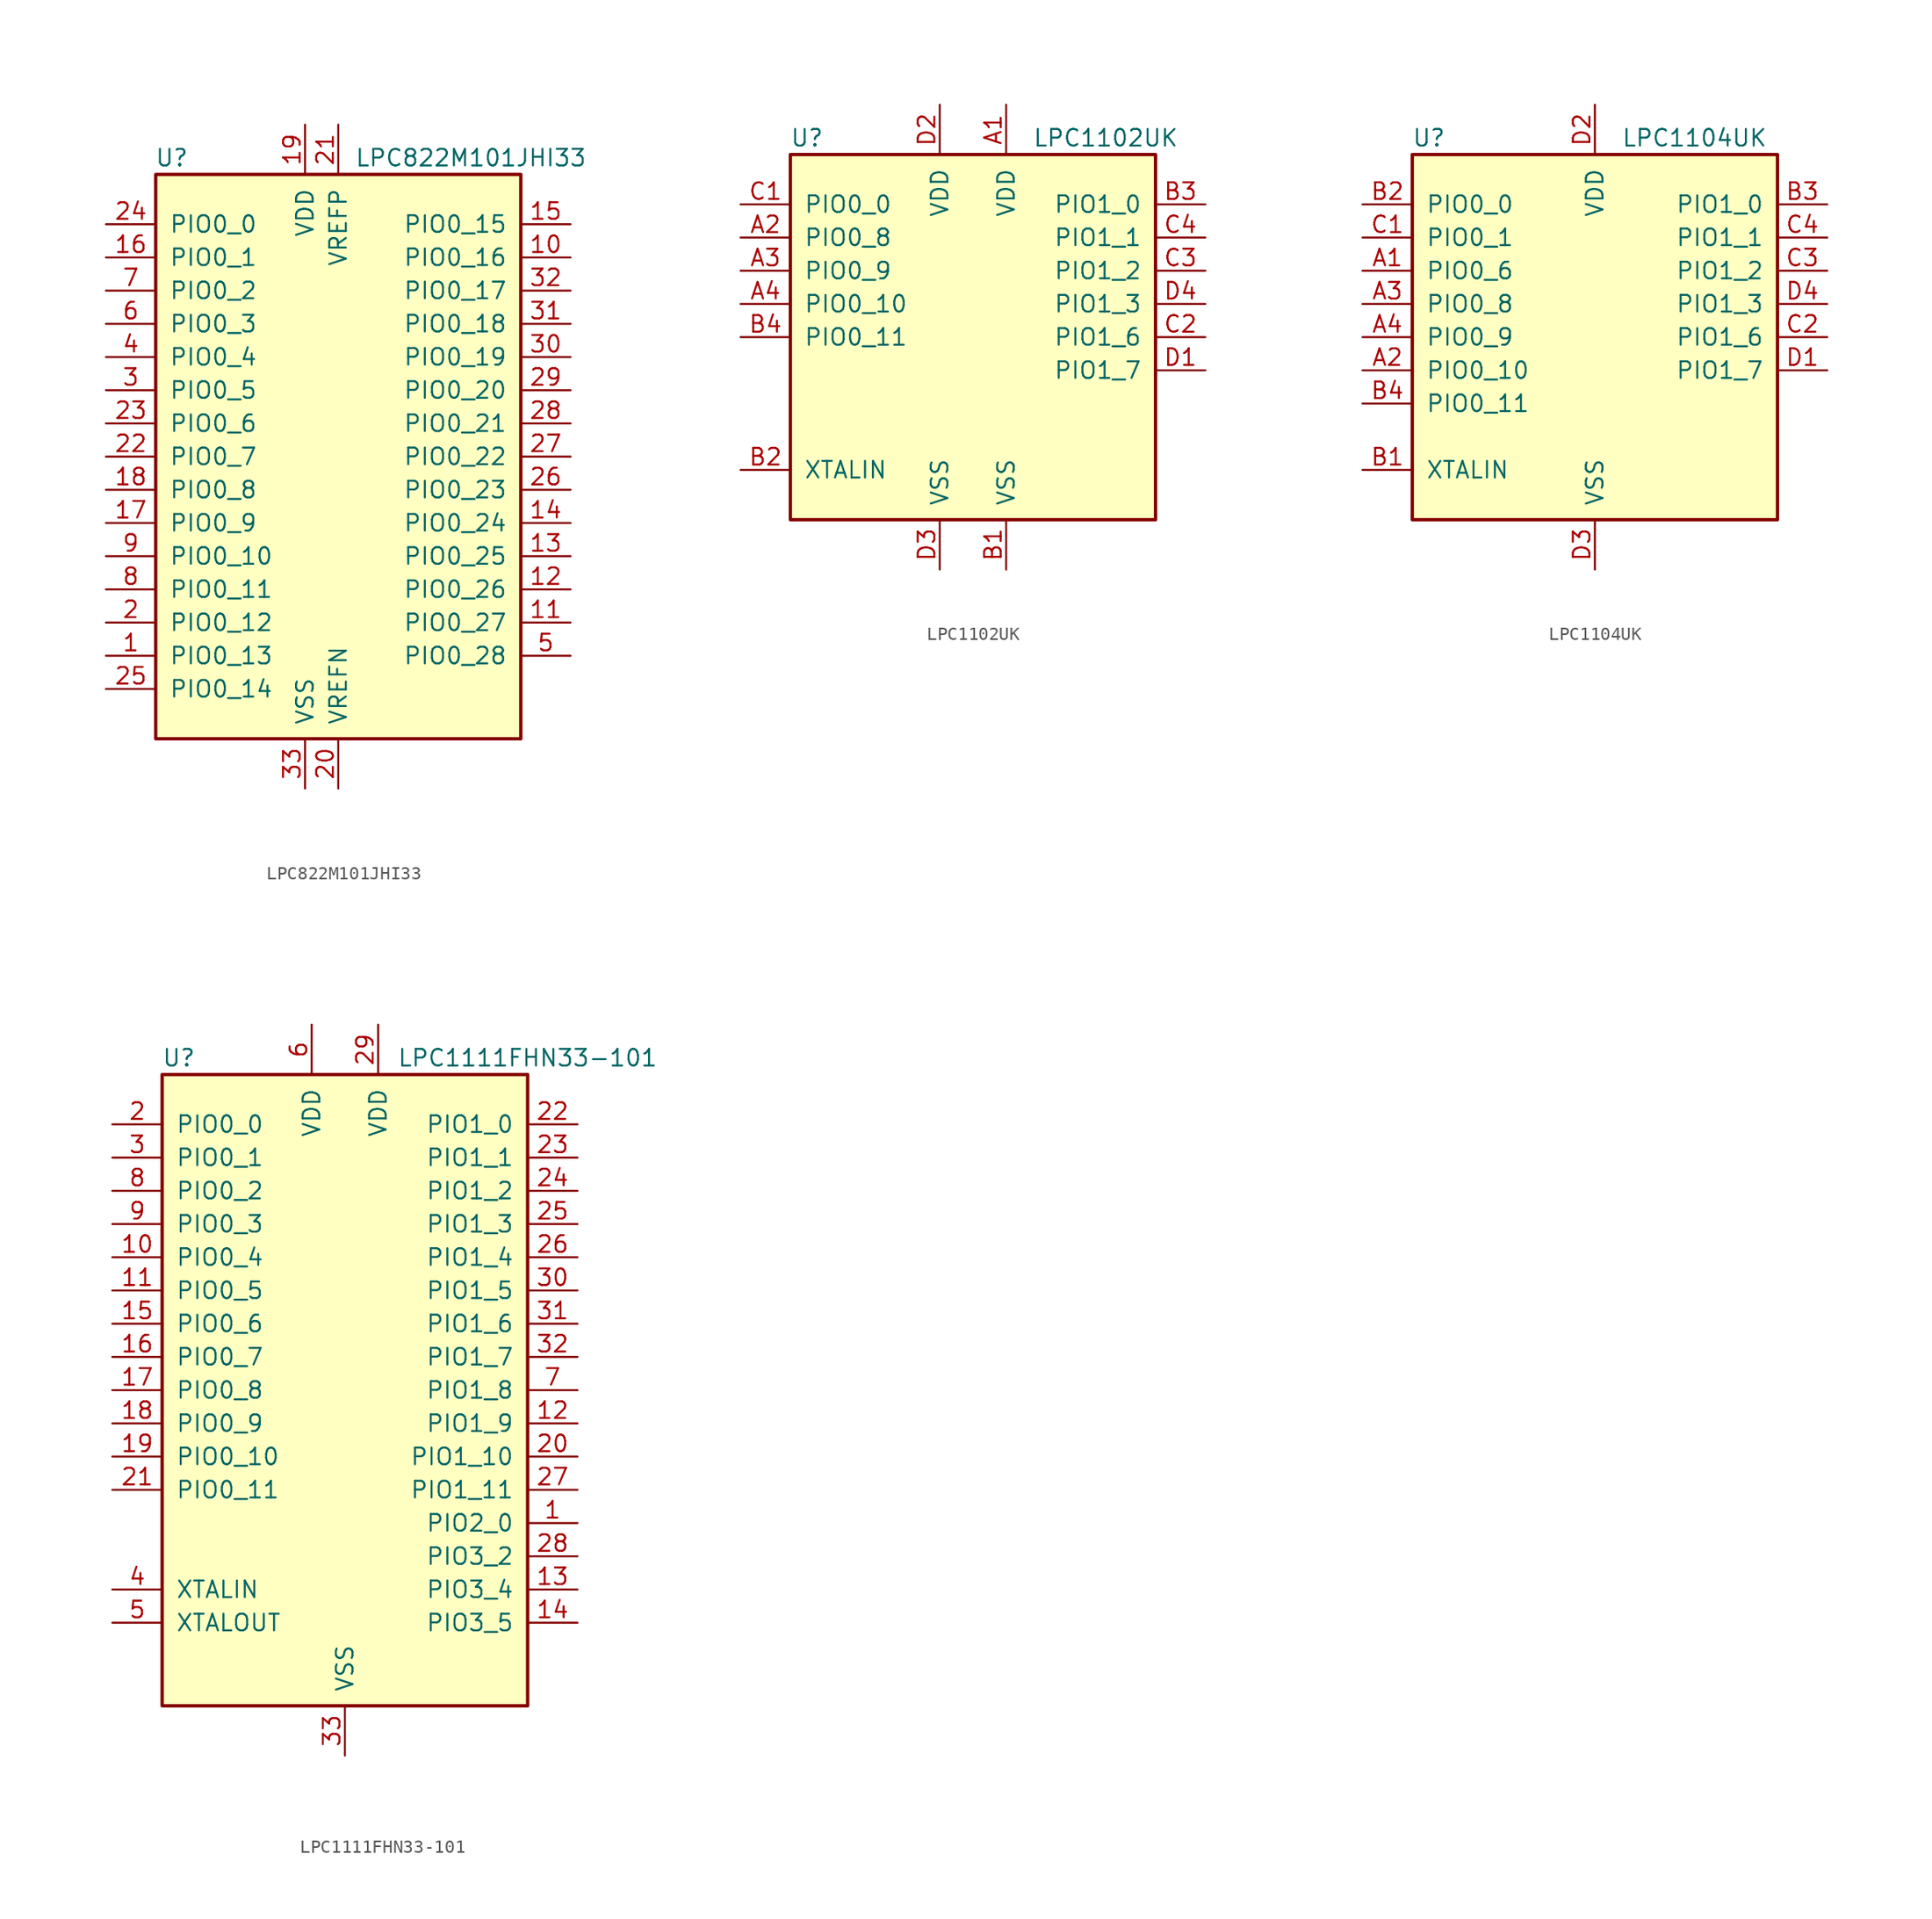
<source format=kicad_sym>
(kicad_symbol_lib
  (version 20241209)
  (generator "kicad_symbol_editor")
  (generator_version "9.0")
  (symbol "LPC822M101JHI33"
    (pin_names
      (offset 1.016))
    (property "Reference" "U"
      (at -11.43 22.86 0)
      (effects (font (size 1.27 1.27)) (justify right)))
    (property "Value" "LPC822M101JHI33"
      (at 19.05 22.86 0)
      (effects (font (size 1.27 1.27)) (justify right)))
    (symbol "LPC822M101JHI33_0_1"
      (rectangle (start -13.97 21.59) (end 13.97 -21.59) (stroke (width 0.254) (type default)) (fill (type background))))
    (symbol "LPC822M101JHI33_1_1"
      (pin bidirectional line (at -17.78 17.78 0) (length 3.81) (name "PIO0_0" (effects (font (size 1.27 1.27)))) (number "24" (effects (font (size 1.27 1.27)))))
      (pin bidirectional line (at -17.78 15.24 0) (length 3.81) (name "PIO0_1" (effects (font (size 1.27 1.27)))) (number "16" (effects (font (size 1.27 1.27)))))
      (pin bidirectional line (at -17.78 12.7 0) (length 3.81) (name "PIO0_2" (effects (font (size 1.27 1.27)))) (number "7" (effects (font (size 1.27 1.27)))))
      (pin bidirectional line (at -17.78 10.16 0) (length 3.81) (name "PIO0_3" (effects (font (size 1.27 1.27)))) (number "6" (effects (font (size 1.27 1.27)))))
      (pin bidirectional line (at -17.78 7.62 0) (length 3.81) (name "PIO0_4" (effects (font (size 1.27 1.27)))) (number "4" (effects (font (size 1.27 1.27)))))
      (pin bidirectional line (at -17.78 5.08 0) (length 3.81) (name "PIO0_5" (effects (font (size 1.27 1.27)))) (number "3" (effects (font (size 1.27 1.27)))))
      (pin bidirectional line (at -17.78 2.54 0) (length 3.81) (name "PIO0_6" (effects (font (size 1.27 1.27)))) (number "23" (effects (font (size 1.27 1.27)))))
      (pin bidirectional line (at -17.78 0 0) (length 3.81) (name "PIO0_7" (effects (font (size 1.27 1.27)))) (number "22" (effects (font (size 1.27 1.27)))))
      (pin bidirectional line (at -17.78 -2.54 0) (length 3.81) (name "PIO0_8" (effects (font (size 1.27 1.27)))) (number "18" (effects (font (size 1.27 1.27)))))
      (pin bidirectional line (at -17.78 -5.08 0) (length 3.81) (name "PIO0_9" (effects (font (size 1.27 1.27)))) (number "17" (effects (font (size 1.27 1.27)))))
      (pin bidirectional line (at -17.78 -7.62 0) (length 3.81) (name "PIO0_10" (effects (font (size 1.27 1.27)))) (number "9" (effects (font (size 1.27 1.27)))))
      (pin bidirectional line (at -17.78 -10.16 0) (length 3.81) (name "PIO0_11" (effects (font (size 1.27 1.27)))) (number "8" (effects (font (size 1.27 1.27)))))
      (pin bidirectional line (at -17.78 -12.7 0) (length 3.81) (name "PIO0_12" (effects (font (size 1.27 1.27)))) (number "2" (effects (font (size 1.27 1.27)))))
      (pin bidirectional line (at -17.78 -15.24 0) (length 3.81) (name "PIO0_13" (effects (font (size 1.27 1.27)))) (number "1" (effects (font (size 1.27 1.27)))))
      (pin bidirectional line (at -17.78 -17.78 0) (length 3.81) (name "PIO0_14" (effects (font (size 1.27 1.27)))) (number "25" (effects (font (size 1.27 1.27)))))
      (pin power_in line (at -2.54 25.4 270) (length 3.81) (name "VDD" (effects (font (size 1.27 1.27)))) (number "19" (effects (font (size 1.27 1.27)))))
      (pin power_in line (at -2.54 -25.4 90) (length 3.81) (name "VSS" (effects (font (size 1.27 1.27)))) (number "33" (effects (font (size 1.27 1.27)))))
      (pin power_in line (at 0 25.4 270) (length 3.81) (name "VREFP" (effects (font (size 1.27 1.27)))) (number "21" (effects (font (size 1.27 1.27)))))
      (pin power_in line (at 0 -25.4 90) (length 3.81) (name "VREFN" (effects (font (size 1.27 1.27)))) (number "20" (effects (font (size 1.27 1.27)))))
      (pin bidirectional line (at 17.78 17.78 180) (length 3.81) (name "PIO0_15" (effects (font (size 1.27 1.27)))) (number "15" (effects (font (size 1.27 1.27)))))
      (pin bidirectional line (at 17.78 15.24 180) (length 3.81) (name "PIO0_16" (effects (font (size 1.27 1.27)))) (number "10" (effects (font (size 1.27 1.27)))))
      (pin bidirectional line (at 17.78 12.7 180) (length 3.81) (name "PIO0_17" (effects (font (size 1.27 1.27)))) (number "32" (effects (font (size 1.27 1.27)))))
      (pin bidirectional line (at 17.78 10.16 180) (length 3.81) (name "PIO0_18" (effects (font (size 1.27 1.27)))) (number "31" (effects (font (size 1.27 1.27)))))
      (pin bidirectional line (at 17.78 7.62 180) (length 3.81) (name "PIO0_19" (effects (font (size 1.27 1.27)))) (number "30" (effects (font (size 1.27 1.27)))))
      (pin bidirectional line (at 17.78 5.08 180) (length 3.81) (name "PIO0_20" (effects (font (size 1.27 1.27)))) (number "29" (effects (font (size 1.27 1.27)))))
      (pin bidirectional line (at 17.78 2.54 180) (length 3.81) (name "PIO0_21" (effects (font (size 1.27 1.27)))) (number "28" (effects (font (size 1.27 1.27)))))
      (pin bidirectional line (at 17.78 0 180) (length 3.81) (name "PIO0_22" (effects (font (size 1.27 1.27)))) (number "27" (effects (font (size 1.27 1.27)))))
      (pin bidirectional line (at 17.78 -2.54 180) (length 3.81) (name "PIO0_23" (effects (font (size 1.27 1.27)))) (number "26" (effects (font (size 1.27 1.27)))))
      (pin bidirectional line (at 17.78 -5.08 180) (length 3.81) (name "PIO0_24" (effects (font (size 1.27 1.27)))) (number "14" (effects (font (size 1.27 1.27)))))
      (pin bidirectional line (at 17.78 -7.62 180) (length 3.81) (name "PIO0_25" (effects (font (size 1.27 1.27)))) (number "13" (effects (font (size 1.27 1.27)))))
      (pin bidirectional line (at 17.78 -10.16 180) (length 3.81) (name "PIO0_26" (effects (font (size 1.27 1.27)))) (number "12" (effects (font (size 1.27 1.27)))))
      (pin bidirectional line (at 17.78 -12.7 180) (length 3.81) (name "PIO0_27" (effects (font (size 1.27 1.27)))) (number "11" (effects (font (size 1.27 1.27)))))
      (pin bidirectional line (at 17.78 -15.24 180) (length 3.81) (name "PIO0_28" (effects (font (size 1.27 1.27)))) (number "5" (effects (font (size 1.27 1.27)))))))
  (symbol "LPC1102UK"
    (pin_names
      (offset 1.016))
    (property "Reference" "U"
      (at -12.7 15.24 0)
      (effects (font (size 1.27 1.27))))
    (property "Value" "LPC1102UK"
      (at 10.16 15.24 0)
      (effects (font (size 1.27 1.27))))
    (symbol "LPC1102UK_0_1"
      (rectangle (start -13.97 13.97) (end 13.97 -13.97) (stroke (width 0.254) (type default)) (fill (type background))))
    (symbol "LPC1102UK_1_1"
      (pin bidirectional line (at -17.78 10.16 0) (length 3.81) (name "PIO0_0" (effects (font (size 1.27 1.27)))) (number "C1" (effects (font (size 1.27 1.27)))))
      (pin bidirectional line (at -17.78 7.62 0) (length 3.81) (name "PIO0_8" (effects (font (size 1.27 1.27)))) (number "A2" (effects (font (size 1.27 1.27)))))
      (pin bidirectional line (at -17.78 5.08 0) (length 3.81) (name "PIO0_9" (effects (font (size 1.27 1.27)))) (number "A3" (effects (font (size 1.27 1.27)))))
      (pin bidirectional line (at -17.78 2.54 0) (length 3.81) (name "PIO0_10" (effects (font (size 1.27 1.27)))) (number "A4" (effects (font (size 1.27 1.27)))))
      (pin bidirectional line (at -17.78 0 0) (length 3.81) (name "PIO0_11" (effects (font (size 1.27 1.27)))) (number "B4" (effects (font (size 1.27 1.27)))))
      (pin input line (at -17.78 -10.16 0) (length 3.81) (name "XTALIN" (effects (font (size 1.27 1.27)))) (number "B2" (effects (font (size 1.27 1.27)))))
      (pin power_in line (at -2.54 17.78 270) (length 3.81) (name "VDD" (effects (font (size 1.27 1.27)))) (number "D2" (effects (font (size 1.27 1.27)))))
      (pin power_in line (at -2.54 -17.78 90) (length 3.81) (name "VSS" (effects (font (size 1.27 1.27)))) (number "D3" (effects (font (size 1.27 1.27)))))
      (pin power_in line (at 2.54 17.78 270) (length 3.81) (name "VDD" (effects (font (size 1.27 1.27)))) (number "A1" (effects (font (size 1.27 1.27)))))
      (pin power_in line (at 2.54 -17.78 90) (length 3.81) (name "VSS" (effects (font (size 1.27 1.27)))) (number "B1" (effects (font (size 1.27 1.27)))))
      (pin bidirectional line (at 17.78 10.16 180) (length 3.81) (name "PIO1_0" (effects (font (size 1.27 1.27)))) (number "B3" (effects (font (size 1.27 1.27)))))
      (pin bidirectional line (at 17.78 7.62 180) (length 3.81) (name "PIO1_1" (effects (font (size 1.27 1.27)))) (number "C4" (effects (font (size 1.27 1.27)))))
      (pin bidirectional line (at 17.78 5.08 180) (length 3.81) (name "PIO1_2" (effects (font (size 1.27 1.27)))) (number "C3" (effects (font (size 1.27 1.27)))))
      (pin bidirectional line (at 17.78 2.54 180) (length 3.81) (name "PIO1_3" (effects (font (size 1.27 1.27)))) (number "D4" (effects (font (size 1.27 1.27)))))
      (pin bidirectional line (at 17.78 0 180) (length 3.81) (name "PIO1_6" (effects (font (size 1.27 1.27)))) (number "C2" (effects (font (size 1.27 1.27)))))
      (pin bidirectional line (at 17.78 -2.54 180) (length 3.81) (name "PIO1_7" (effects (font (size 1.27 1.27)))) (number "D1" (effects (font (size 1.27 1.27)))))))
  (symbol "LPC1104UK"
    (pin_names
      (offset 1.016))
    (property "Reference" "U"
      (at -12.7 15.24 0)
      (effects (font (size 1.27 1.27))))
    (property "Value" "LPC1104UK"
      (at 7.62 15.24 0)
      (effects (font (size 1.27 1.27))))
    (symbol "LPC1104UK_0_1"
      (rectangle (start -13.97 13.97) (end 13.97 -13.97) (stroke (width 0.254) (type default)) (fill (type background))))
    (symbol "LPC1104UK_1_1"
      (pin bidirectional line (at -17.78 10.16 0) (length 3.81) (name "PIO0_0" (effects (font (size 1.27 1.27)))) (number "B2" (effects (font (size 1.27 1.27)))))
      (pin bidirectional line (at -17.78 7.62 0) (length 3.81) (name "PIO0_1" (effects (font (size 1.27 1.27)))) (number "C1" (effects (font (size 1.27 1.27)))))
      (pin bidirectional line (at -17.78 5.08 0) (length 3.81) (name "PIO0_6" (effects (font (size 1.27 1.27)))) (number "A1" (effects (font (size 1.27 1.27)))))
      (pin bidirectional line (at -17.78 2.54 0) (length 3.81) (name "PIO0_8" (effects (font (size 1.27 1.27)))) (number "A3" (effects (font (size 1.27 1.27)))))
      (pin bidirectional line (at -17.78 0 0) (length 3.81) (name "PIO0_9" (effects (font (size 1.27 1.27)))) (number "A4" (effects (font (size 1.27 1.27)))))
      (pin bidirectional line (at -17.78 -2.54 0) (length 3.81) (name "PIO0_10" (effects (font (size 1.27 1.27)))) (number "A2" (effects (font (size 1.27 1.27)))))
      (pin bidirectional line (at -17.78 -5.08 0) (length 3.81) (name "PIO0_11" (effects (font (size 1.27 1.27)))) (number "B4" (effects (font (size 1.27 1.27)))))
      (pin input line (at -17.78 -10.16 0) (length 3.81) (name "XTALIN" (effects (font (size 1.27 1.27)))) (number "B1" (effects (font (size 1.27 1.27)))))
      (pin power_in line (at 0 17.78 270) (length 3.81) (name "VDD" (effects (font (size 1.27 1.27)))) (number "D2" (effects (font (size 1.27 1.27)))))
      (pin power_in line (at 0 -17.78 90) (length 3.81) (name "VSS" (effects (font (size 1.27 1.27)))) (number "D3" (effects (font (size 1.27 1.27)))))
      (pin bidirectional line (at 17.78 10.16 180) (length 3.81) (name "PIO1_0" (effects (font (size 1.27 1.27)))) (number "B3" (effects (font (size 1.27 1.27)))))
      (pin bidirectional line (at 17.78 7.62 180) (length 3.81) (name "PIO1_1" (effects (font (size 1.27 1.27)))) (number "C4" (effects (font (size 1.27 1.27)))))
      (pin bidirectional line (at 17.78 5.08 180) (length 3.81) (name "PIO1_2" (effects (font (size 1.27 1.27)))) (number "C3" (effects (font (size 1.27 1.27)))))
      (pin bidirectional line (at 17.78 2.54 180) (length 3.81) (name "PIO1_3" (effects (font (size 1.27 1.27)))) (number "D4" (effects (font (size 1.27 1.27)))))
      (pin bidirectional line (at 17.78 0 180) (length 3.81) (name "PIO1_6" (effects (font (size 1.27 1.27)))) (number "C2" (effects (font (size 1.27 1.27)))))
      (pin bidirectional line (at 17.78 -2.54 180) (length 3.81) (name "PIO1_7" (effects (font (size 1.27 1.27)))) (number "D1" (effects (font (size 1.27 1.27)))))))
  (symbol "LPC1111FHN33-101"
    (pin_names
      (offset 1.016))
    (property "Reference" "U"
      (at -12.7 25.4 0)
      (effects (font (size 1.27 1.27))))
    (property "Value" "LPC1111FHN33-101"
      (at 13.97 25.4 0)
      (effects (font (size 1.27 1.27))))
    (symbol "LPC1111FHN33-101_0_1"
      (rectangle (start -13.97 24.13) (end 13.97 -24.13) (stroke (width 0.254) (type default)) (fill (type background))))
    (symbol "LPC1111FHN33-101_1_1"
      (pin bidirectional line (at -17.78 20.32 0) (length 3.81) (name "PIO0_0" (effects (font (size 1.27 1.27)))) (number "2" (effects (font (size 1.27 1.27)))))
      (pin bidirectional line (at -17.78 17.78 0) (length 3.81) (name "PIO0_1" (effects (font (size 1.27 1.27)))) (number "3" (effects (font (size 1.27 1.27)))))
      (pin bidirectional line (at -17.78 15.24 0) (length 3.81) (name "PIO0_2" (effects (font (size 1.27 1.27)))) (number "8" (effects (font (size 1.27 1.27)))))
      (pin bidirectional line (at -17.78 12.7 0) (length 3.81) (name "PIO0_3" (effects (font (size 1.27 1.27)))) (number "9" (effects (font (size 1.27 1.27)))))
      (pin bidirectional line (at -17.78 10.16 0) (length 3.81) (name "PIO0_4" (effects (font (size 1.27 1.27)))) (number "10" (effects (font (size 1.27 1.27)))))
      (pin bidirectional line (at -17.78 7.62 0) (length 3.81) (name "PIO0_5" (effects (font (size 1.27 1.27)))) (number "11" (effects (font (size 1.27 1.27)))))
      (pin bidirectional line (at -17.78 5.08 0) (length 3.81) (name "PIO0_6" (effects (font (size 1.27 1.27)))) (number "15" (effects (font (size 1.27 1.27)))))
      (pin bidirectional line (at -17.78 2.54 0) (length 3.81) (name "PIO0_7" (effects (font (size 1.27 1.27)))) (number "16" (effects (font (size 1.27 1.27)))))
      (pin bidirectional line (at -17.78 0 0) (length 3.81) (name "PIO0_8" (effects (font (size 1.27 1.27)))) (number "17" (effects (font (size 1.27 1.27)))))
      (pin bidirectional line (at -17.78 -2.54 0) (length 3.81) (name "PIO0_9" (effects (font (size 1.27 1.27)))) (number "18" (effects (font (size 1.27 1.27)))))
      (pin bidirectional line (at -17.78 -5.08 0) (length 3.81) (name "PIO0_10" (effects (font (size 1.27 1.27)))) (number "19" (effects (font (size 1.27 1.27)))))
      (pin bidirectional line (at -17.78 -7.62 0) (length 3.81) (name "PIO0_11" (effects (font (size 1.27 1.27)))) (number "21" (effects (font (size 1.27 1.27)))))
      (pin input line (at -17.78 -15.24 0) (length 3.81) (name "XTALIN" (effects (font (size 1.27 1.27)))) (number "4" (effects (font (size 1.27 1.27)))))
      (pin output line (at -17.78 -17.78 0) (length 3.81) (name "XTALOUT" (effects (font (size 1.27 1.27)))) (number "5" (effects (font (size 1.27 1.27)))))
      (pin power_in line (at -2.54 27.94 270) (length 3.81) (name "VDD" (effects (font (size 1.27 1.27)))) (number "6" (effects (font (size 1.27 1.27)))))
      (pin power_in line (at 0 -27.94 90) (length 3.81) (name "VSS" (effects (font (size 1.27 1.27)))) (number "33" (effects (font (size 1.27 1.27)))))
      (pin power_in line (at 2.54 27.94 270) (length 3.81) (name "VDD" (effects (font (size 1.27 1.27)))) (number "29" (effects (font (size 1.27 1.27)))))
      (pin bidirectional line (at 17.78 20.32 180) (length 3.81) (name "PIO1_0" (effects (font (size 1.27 1.27)))) (number "22" (effects (font (size 1.27 1.27)))))
      (pin bidirectional line (at 17.78 17.78 180) (length 3.81) (name "PIO1_1" (effects (font (size 1.27 1.27)))) (number "23" (effects (font (size 1.27 1.27)))))
      (pin bidirectional line (at 17.78 15.24 180) (length 3.81) (name "PIO1_2" (effects (font (size 1.27 1.27)))) (number "24" (effects (font (size 1.27 1.27)))))
      (pin bidirectional line (at 17.78 12.7 180) (length 3.81) (name "PIO1_3" (effects (font (size 1.27 1.27)))) (number "25" (effects (font (size 1.27 1.27)))))
      (pin bidirectional line (at 17.78 10.16 180) (length 3.81) (name "PIO1_4" (effects (font (size 1.27 1.27)))) (number "26" (effects (font (size 1.27 1.27)))))
      (pin bidirectional line (at 17.78 7.62 180) (length 3.81) (name "PIO1_5" (effects (font (size 1.27 1.27)))) (number "30" (effects (font (size 1.27 1.27)))))
      (pin bidirectional line (at 17.78 5.08 180) (length 3.81) (name "PIO1_6" (effects (font (size 1.27 1.27)))) (number "31" (effects (font (size 1.27 1.27)))))
      (pin bidirectional line (at 17.78 2.54 180) (length 3.81) (name "PIO1_7" (effects (font (size 1.27 1.27)))) (number "32" (effects (font (size 1.27 1.27)))))
      (pin bidirectional line (at 17.78 0 180) (length 3.81) (name "PIO1_8" (effects (font (size 1.27 1.27)))) (number "7" (effects (font (size 1.27 1.27)))))
      (pin bidirectional line (at 17.78 -2.54 180) (length 3.81) (name "PIO1_9" (effects (font (size 1.27 1.27)))) (number "12" (effects (font (size 1.27 1.27)))))
      (pin bidirectional line (at 17.78 -5.08 180) (length 3.81) (name "PIO1_10" (effects (font (size 1.27 1.27)))) (number "20" (effects (font (size 1.27 1.27)))))
      (pin bidirectional line (at 17.78 -7.62 180) (length 3.81) (name "PIO1_11" (effects (font (size 1.27 1.27)))) (number "27" (effects (font (size 1.27 1.27)))))
      (pin bidirectional line (at 17.78 -10.16 180) (length 3.81) (name "PIO2_0" (effects (font (size 1.27 1.27)))) (number "1" (effects (font (size 1.27 1.27)))))
      (pin bidirectional line (at 17.78 -12.7 180) (length 3.81) (name "PIO3_2" (effects (font (size 1.27 1.27)))) (number "28" (effects (font (size 1.27 1.27)))))
      (pin bidirectional line (at 17.78 -15.24 180) (length 3.81) (name "PIO3_4" (effects (font (size 1.27 1.27)))) (number "13" (effects (font (size 1.27 1.27)))))
      (pin bidirectional line (at 17.78 -17.78 180) (length 3.81) (name "PIO3_5" (effects (font (size 1.27 1.27)))) (number "14" (effects (font (size 1.27 1.27))))))))
</source>
